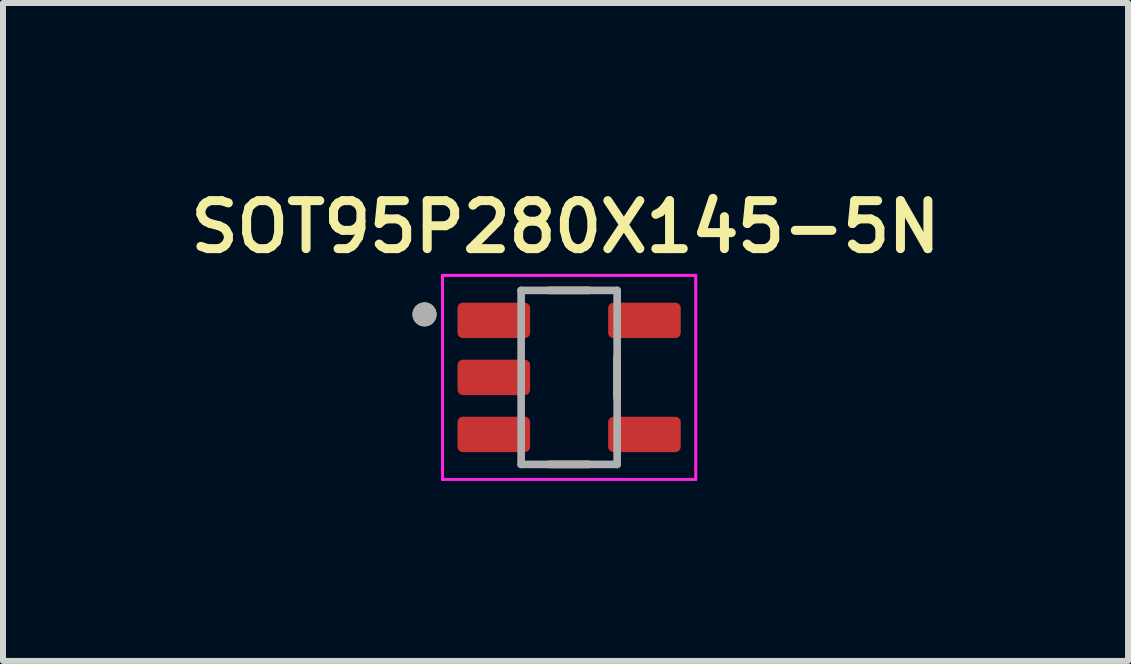
<source format=kicad_pcb>
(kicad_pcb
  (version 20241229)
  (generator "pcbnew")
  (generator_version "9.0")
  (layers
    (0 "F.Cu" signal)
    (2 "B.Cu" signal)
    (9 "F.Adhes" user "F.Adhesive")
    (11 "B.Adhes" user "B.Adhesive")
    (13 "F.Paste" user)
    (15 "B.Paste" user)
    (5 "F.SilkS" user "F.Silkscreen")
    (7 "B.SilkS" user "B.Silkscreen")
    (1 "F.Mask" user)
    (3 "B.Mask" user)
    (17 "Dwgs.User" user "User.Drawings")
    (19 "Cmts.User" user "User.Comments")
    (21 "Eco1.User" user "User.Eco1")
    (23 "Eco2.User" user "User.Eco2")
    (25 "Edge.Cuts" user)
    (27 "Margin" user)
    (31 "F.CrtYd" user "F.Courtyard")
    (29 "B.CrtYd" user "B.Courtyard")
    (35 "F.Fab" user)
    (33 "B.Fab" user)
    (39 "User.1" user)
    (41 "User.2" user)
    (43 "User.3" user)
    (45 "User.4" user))
  (footprint "SOT95P280X145-5N"
    (layer "F.Cu")
    (at 6.434 3.239)
    (property "Reference" "SOT95P280X145-5N" (at -0.06 -2.508 0) (layer "F.SilkS") (effects (font (size 0.8 0.8) (thickness 0.15))))
    (attr smd)
    (fp_line (start -0.33 -1.45) (end 0.33 -1.45) (stroke (width 0.127) (type solid)) (layer "F.SilkS"))
    (fp_line (start 0.33 1.45) (end -0.33 1.45) (stroke (width 0.127) (type solid)) (layer "F.SilkS"))
    (fp_line (start 0.8 -0.335) (end 0.8 0.335) (stroke (width 0.127) (type solid)) (layer "F.SilkS"))
    (fp_circle (center -2.41 -1.05) (end -2.31 -1.05) (stroke (width 0.2) (type solid)) (fill no) (layer "F.SilkS"))
    (fp_line (start -2.11 -1.7) (end 2.11 -1.7) (stroke (width 0.05) (type solid)) (layer "F.CrtYd"))
    (fp_line (start -2.11 1.7) (end -2.11 -1.7) (stroke (width 0.05) (type solid)) (layer "F.CrtYd"))
    (fp_line (start 2.11 -1.7) (end 2.11 1.7) (stroke (width 0.05) (type solid)) (layer "F.CrtYd"))
    (fp_line (start 2.11 1.7) (end -2.11 1.7) (stroke (width 0.05) (type solid)) (layer "F.CrtYd"))
    (fp_line (start -0.8 -1.45) (end 0.8 -1.45) (stroke (width 0.127) (type solid)) (layer "F.Fab"))
    (fp_line (start -0.8 1.45) (end -0.8 -1.45) (stroke (width 0.127) (type solid)) (layer "F.Fab"))
    (fp_line (start 0.8 -1.45) (end 0.8 1.45) (stroke (width 0.127) (type solid)) (layer "F.Fab"))
    (fp_line (start 0.8 1.45) (end -0.8 1.45) (stroke (width 0.127) (type solid)) (layer "F.Fab"))
    (fp_circle (center -2.41 -1.05) (end -2.31 -1.05) (stroke (width 0.2) (type solid)) (fill no) (layer "F.Fab"))
    (pad "1" smd roundrect (at -1.255 -0.95) (size 1.21 0.59) (layers "F.Cu" "F.Mask" "F.Paste") (roundrect_rratio 0.15))
    (pad "2" smd roundrect (at -1.255 0) (size 1.21 0.59) (layers "F.Cu" "F.Mask" "F.Paste") (roundrect_rratio 0.15))
    (pad "3" smd roundrect (at -1.255 0.95) (size 1.21 0.59) (layers "F.Cu" "F.Mask" "F.Paste") (roundrect_rratio 0.15))
    (pad "4" smd roundrect (at 1.255 0.95) (size 1.21 0.59) (layers "F.Cu" "F.Mask" "F.Paste") (roundrect_rratio 0.15))
    (pad "5" smd roundrect (at 1.255 -0.95) (size 1.21 0.59) (layers "F.Cu" "F.Mask" "F.Paste") (roundrect_rratio 0.15)))
  (gr_rect
    (start -3 -3)
    (end 15.747 7.964)
    (stroke (width 0.1) (type default))
    (fill no)
    (layer "Edge.Cuts")))
</source>
